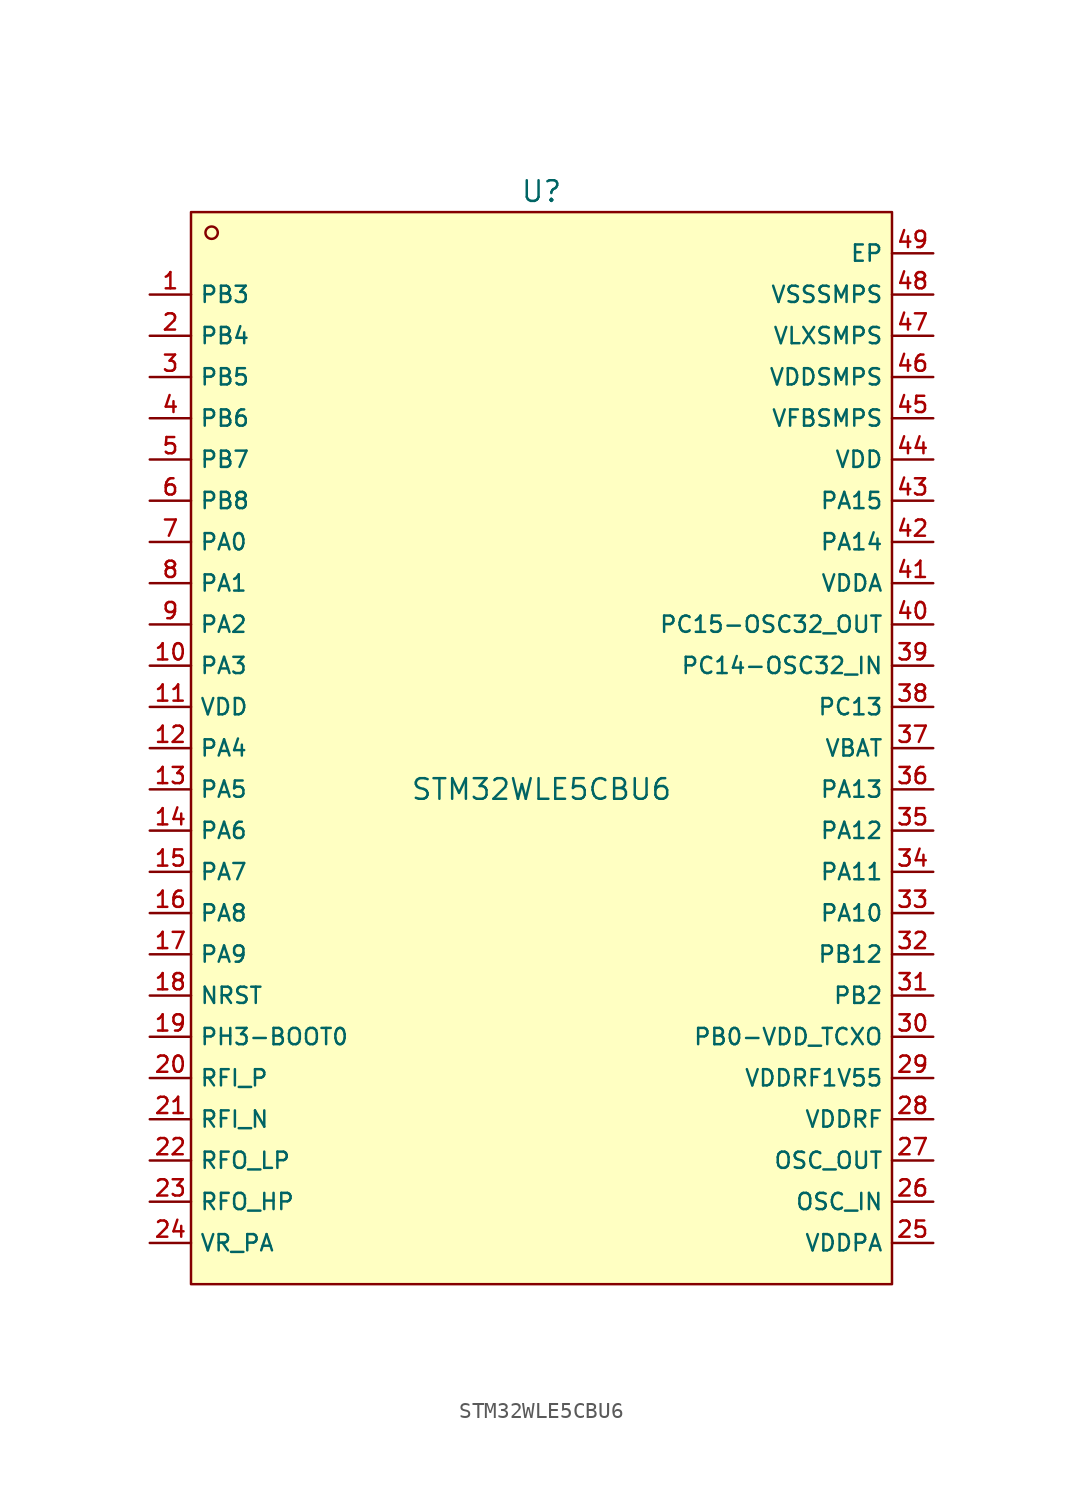
<source format=kicad_sym>
(kicad_symbol_lib
  (version 20220914)
  (generator kicad_symbol_editor)
  (symbol "STM32WLE5CBU6"
    (property "Reference" "U"
      (at 0 34.29 0)
      (effects (font (size 1.27 1.27))))
    (property "Value" "STM32WLE5CBU6"
      (at 0 -2.54 0)
      (effects (font (size 1.27 1.27))))
    (symbol "STM32WLE5CBU6_0_1"
      (rectangle (start -21.59 33.02) (end 21.59 -33.02) (stroke (width 0) (type default)) (fill (type background)))
      (circle (center -20.32 31.75) (radius 0.381) (stroke (width 0) (type default)) (fill (type background)))
      (pin unspecified line (at -24.13 27.94 0) (length 2.54) (name "PB3" (effects (font (size 1 1)))) (number "1" (effects (font (size 1 1)))))
      (pin unspecified line (at -24.13 5.08 0) (length 2.54) (name "PA3" (effects (font (size 1 1)))) (number "10" (effects (font (size 1 1)))))
      (pin unspecified line (at -24.13 2.54 0) (length 2.54) (name "VDD" (effects (font (size 1 1)))) (number "11" (effects (font (size 1 1)))))
      (pin unspecified line (at -24.13 0 0) (length 2.54) (name "PA4" (effects (font (size 1 1)))) (number "12" (effects (font (size 1 1)))))
      (pin unspecified line (at -24.13 -2.54 0) (length 2.54) (name "PA5" (effects (font (size 1 1)))) (number "13" (effects (font (size 1 1)))))
      (pin unspecified line (at -24.13 -5.08 0) (length 2.54) (name "PA6" (effects (font (size 1 1)))) (number "14" (effects (font (size 1 1)))))
      (pin unspecified line (at -24.13 -7.62 0) (length 2.54) (name "PA7" (effects (font (size 1 1)))) (number "15" (effects (font (size 1 1)))))
      (pin unspecified line (at -24.13 -10.16 0) (length 2.54) (name "PA8" (effects (font (size 1 1)))) (number "16" (effects (font (size 1 1)))))
      (pin unspecified line (at -24.13 -12.7 0) (length 2.54) (name "PA9" (effects (font (size 1 1)))) (number "17" (effects (font (size 1 1)))))
      (pin unspecified line (at -24.13 -15.24 0) (length 2.54) (name "NRST" (effects (font (size 1 1)))) (number "18" (effects (font (size 1 1)))))
      (pin unspecified line (at -24.13 -17.78 0) (length 2.54) (name "PH3-BOOT0" (effects (font (size 1 1)))) (number "19" (effects (font (size 1 1)))))
      (pin unspecified line (at -24.13 25.4 0) (length 2.54) (name "PB4" (effects (font (size 1 1)))) (number "2" (effects (font (size 1 1)))))
      (pin unspecified line (at -24.13 -20.32 0) (length 2.54) (name "RFI_P" (effects (font (size 1 1)))) (number "20" (effects (font (size 1 1)))))
      (pin unspecified line (at -24.13 -22.86 0) (length 2.54) (name "RFI_N" (effects (font (size 1 1)))) (number "21" (effects (font (size 1 1)))))
      (pin unspecified line (at -24.13 -25.4 0) (length 2.54) (name "RFO_LP" (effects (font (size 1 1)))) (number "22" (effects (font (size 1 1)))))
      (pin unspecified line (at -24.13 -27.94 0) (length 2.54) (name "RFO_HP" (effects (font (size 1 1)))) (number "23" (effects (font (size 1 1)))))
      (pin unspecified line (at -24.13 -30.48 0) (length 2.54) (name "VR_PA" (effects (font (size 1 1)))) (number "24" (effects (font (size 1 1)))))
      (pin unspecified line (at 24.13 -30.48 180) (length 2.54) (name "VDDPA" (effects (font (size 1 1)))) (number "25" (effects (font (size 1 1)))))
      (pin unspecified line (at 24.13 -27.94 180) (length 2.54) (name "OSC_IN" (effects (font (size 1 1)))) (number "26" (effects (font (size 1 1)))))
      (pin unspecified line (at 24.13 -25.4 180) (length 2.54) (name "OSC_OUT" (effects (font (size 1 1)))) (number "27" (effects (font (size 1 1)))))
      (pin unspecified line (at 24.13 -22.86 180) (length 2.54) (name "VDDRF" (effects (font (size 1 1)))) (number "28" (effects (font (size 1 1)))))
      (pin unspecified line (at 24.13 -20.32 180) (length 2.54) (name "VDDRF1V55" (effects (font (size 1 1)))) (number "29" (effects (font (size 1 1)))))
      (pin unspecified line (at -24.13 22.86 0) (length 2.54) (name "PB5" (effects (font (size 1 1)))) (number "3" (effects (font (size 1 1)))))
      (pin unspecified line (at 24.13 -17.78 180) (length 2.54) (name "PB0-VDD_TCXO" (effects (font (size 1 1)))) (number "30" (effects (font (size 1 1)))))
      (pin unspecified line (at 24.13 -15.24 180) (length 2.54) (name "PB2" (effects (font (size 1 1)))) (number "31" (effects (font (size 1 1)))))
      (pin unspecified line (at 24.13 -12.7 180) (length 2.54) (name "PB12" (effects (font (size 1 1)))) (number "32" (effects (font (size 1 1)))))
      (pin unspecified line (at 24.13 -10.16 180) (length 2.54) (name "PA10" (effects (font (size 1 1)))) (number "33" (effects (font (size 1 1)))))
      (pin unspecified line (at 24.13 -7.62 180) (length 2.54) (name "PA11" (effects (font (size 1 1)))) (number "34" (effects (font (size 1 1)))))
      (pin unspecified line (at 24.13 -5.08 180) (length 2.54) (name "PA12" (effects (font (size 1 1)))) (number "35" (effects (font (size 1 1)))))
      (pin unspecified line (at 24.13 -2.54 180) (length 2.54) (name "PA13" (effects (font (size 1 1)))) (number "36" (effects (font (size 1 1)))))
      (pin unspecified line (at 24.13 0 180) (length 2.54) (name "VBAT" (effects (font (size 1 1)))) (number "37" (effects (font (size 1 1)))))
      (pin unspecified line (at 24.13 2.54 180) (length 2.54) (name "PC13" (effects (font (size 1 1)))) (number "38" (effects (font (size 1 1)))))
      (pin unspecified line (at 24.13 5.08 180) (length 2.54) (name "PC14-OSC32_IN" (effects (font (size 1 1)))) (number "39" (effects (font (size 1 1)))))
      (pin unspecified line (at -24.13 20.32 0) (length 2.54) (name "PB6" (effects (font (size 1 1)))) (number "4" (effects (font (size 1 1)))))
      (pin unspecified line (at 24.13 7.62 180) (length 2.54) (name "PC15-OSC32_OUT" (effects (font (size 1 1)))) (number "40" (effects (font (size 1 1)))))
      (pin unspecified line (at 24.13 10.16 180) (length 2.54) (name "VDDA" (effects (font (size 1 1)))) (number "41" (effects (font (size 1 1)))))
      (pin unspecified line (at 24.13 12.7 180) (length 2.54) (name "PA14" (effects (font (size 1 1)))) (number "42" (effects (font (size 1 1)))))
      (pin unspecified line (at 24.13 15.24 180) (length 2.54) (name "PA15" (effects (font (size 1 1)))) (number "43" (effects (font (size 1 1)))))
      (pin unspecified line (at 24.13 17.78 180) (length 2.54) (name "VDD" (effects (font (size 1 1)))) (number "44" (effects (font (size 1 1)))))
      (pin unspecified line (at 24.13 20.32 180) (length 2.54) (name "VFBSMPS" (effects (font (size 1 1)))) (number "45" (effects (font (size 1 1)))))
      (pin unspecified line (at 24.13 22.86 180) (length 2.54) (name "VDDSMPS" (effects (font (size 1 1)))) (number "46" (effects (font (size 1 1)))))
      (pin unspecified line (at 24.13 25.4 180) (length 2.54) (name "VLXSMPS" (effects (font (size 1 1)))) (number "47" (effects (font (size 1 1)))))
      (pin unspecified line (at 24.13 27.94 180) (length 2.54) (name "VSSSMPS" (effects (font (size 1 1)))) (number "48" (effects (font (size 1 1)))))
      (pin unspecified line (at 24.13 30.48 180) (length 2.54) (name "EP" (effects (font (size 1 1)))) (number "49" (effects (font (size 1 1)))))
      (pin unspecified line (at -24.13 17.78 0) (length 2.54) (name "PB7" (effects (font (size 1 1)))) (number "5" (effects (font (size 1 1)))))
      (pin unspecified line (at -24.13 15.24 0) (length 2.54) (name "PB8" (effects (font (size 1 1)))) (number "6" (effects (font (size 1 1)))))
      (pin unspecified line (at -24.13 12.7 0) (length 2.54) (name "PA0" (effects (font (size 1 1)))) (number "7" (effects (font (size 1 1)))))
      (pin unspecified line (at -24.13 10.16 0) (length 2.54) (name "PA1" (effects (font (size 1 1)))) (number "8" (effects (font (size 1 1)))))
      (pin unspecified line (at -24.13 7.62 0) (length 2.54) (name "PA2" (effects (font (size 1 1)))) (number "9" (effects (font (size 1 1))))))))
</source>
